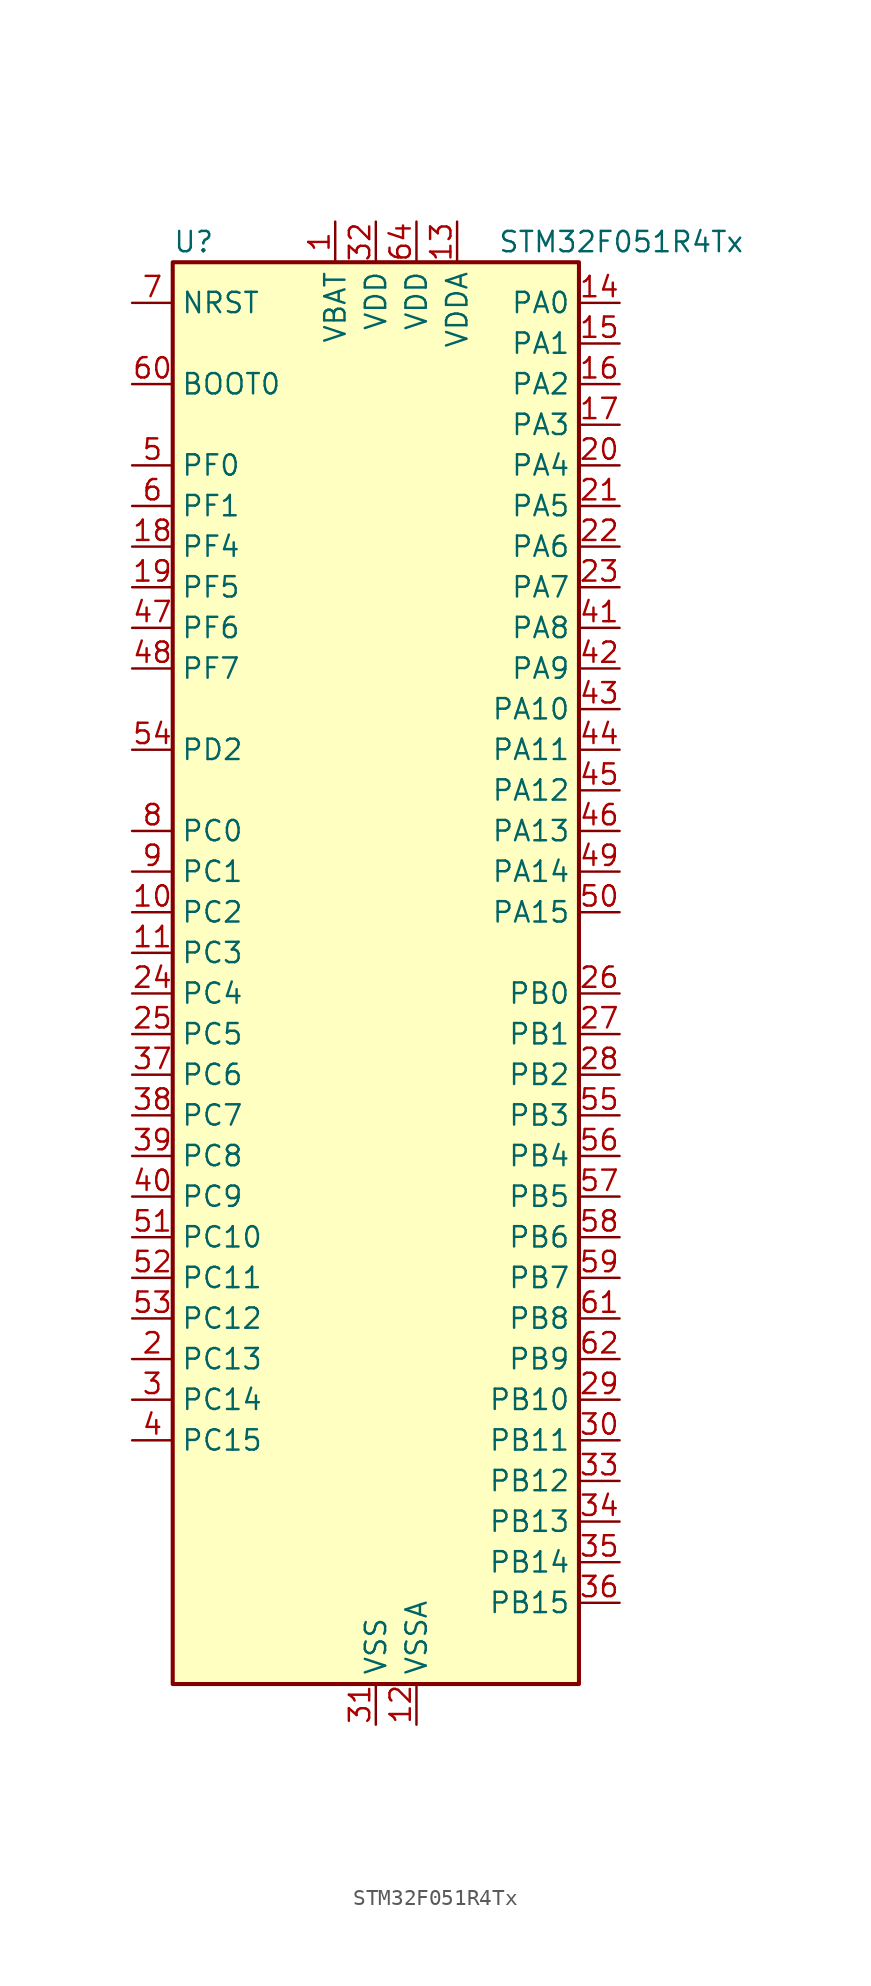
<source format=kicad_sym>
(kicad_symbol_lib
  (version 20231120)
  (generator "kicad_symbol_editor")
  (generator_version "8.0")
  (symbol "STM32F051R4Tx"
    (property "Reference" "U"
      (at -12.7 46.99 0)
      (effects (font (size 1.27 1.27)) (justify left)))
    (property "Value" "STM32F051R4Tx"
      (at 7.62 46.99 0)
      (effects (font (size 1.27 1.27)) (justify left)))
    (property "ki_locked" ""
      (at 0 0 0)
      (effects (font (size 1.27 1.27))))
    (symbol "STM32F051R4Tx_0_1"
      (rectangle (start -12.7 -43.18) (end 12.7 45.72) (stroke (width 0.254) (type default)) (fill (type background))))
    (symbol "STM32F051R4Tx_1_1"
      (pin power_in line (at -2.54 48.26 270) (length 2.54) (name "VBAT" (effects (font (size 1.27 1.27)))) (number "1" (effects (font (size 1.27 1.27)))))
      (pin bidirectional line (at -15.24 5.08 0) (length 2.54) (name "PC2" (effects (font (size 1.27 1.27)))) (number "10" (effects (font (size 1.27 1.27)))) (alternate "ADC_IN12" bidirectional line))
      (pin bidirectional line (at -15.24 2.54 0) (length 2.54) (name "PC3" (effects (font (size 1.27 1.27)))) (number "11" (effects (font (size 1.27 1.27)))) (alternate "ADC_IN13" bidirectional line))
      (pin power_in line (at 2.54 -45.72 90) (length 2.54) (name "VSSA" (effects (font (size 1.27 1.27)))) (number "12" (effects (font (size 1.27 1.27)))))
      (pin power_in line (at 5.08 48.26 270) (length 2.54) (name "VDDA" (effects (font (size 1.27 1.27)))) (number "13" (effects (font (size 1.27 1.27)))))
      (pin bidirectional line (at 15.24 43.18 180) (length 2.54) (name "PA0" (effects (font (size 1.27 1.27)))) (number "14" (effects (font (size 1.27 1.27)))) (alternate "ADC_IN0" bidirectional line) (alternate "COMP1_INM" bidirectional line) (alternate "COMP1_OUT" bidirectional line) (alternate "RTC_TAMP2" bidirectional line) (alternate "SYS_WKUP1" bidirectional line) (alternate "TIM2_CH1" bidirectional line) (alternate "TIM2_ETR" bidirectional line) (alternate "TSC_G1_IO1" bidirectional line))
      (pin bidirectional line (at 15.24 40.64 180) (length 2.54) (name "PA1" (effects (font (size 1.27 1.27)))) (number "15" (effects (font (size 1.27 1.27)))) (alternate "ADC_IN1" bidirectional line) (alternate "COMP1_INP" bidirectional line) (alternate "TIM2_CH2" bidirectional line) (alternate "TSC_G1_IO2" bidirectional line))
      (pin bidirectional line (at 15.24 38.1 180) (length 2.54) (name "PA2" (effects (font (size 1.27 1.27)))) (number "16" (effects (font (size 1.27 1.27)))) (alternate "ADC_IN2" bidirectional line) (alternate "COMP2_INM" bidirectional line) (alternate "COMP2_OUT" bidirectional line) (alternate "TIM15_CH1" bidirectional line) (alternate "TIM2_CH3" bidirectional line) (alternate "TSC_G1_IO3" bidirectional line))
      (pin bidirectional line (at 15.24 35.56 180) (length 2.54) (name "PA3" (effects (font (size 1.27 1.27)))) (number "17" (effects (font (size 1.27 1.27)))) (alternate "ADC_IN3" bidirectional line) (alternate "COMP2_INP" bidirectional line) (alternate "TIM15_CH2" bidirectional line) (alternate "TIM2_CH4" bidirectional line) (alternate "TSC_G1_IO4" bidirectional line))
      (pin bidirectional line (at -15.24 27.94 0) (length 2.54) (name "PF4" (effects (font (size 1.27 1.27)))) (number "18" (effects (font (size 1.27 1.27)))))
      (pin bidirectional line (at -15.24 25.4 0) (length 2.54) (name "PF5" (effects (font (size 1.27 1.27)))) (number "19" (effects (font (size 1.27 1.27)))))
      (pin bidirectional line (at -15.24 -22.86 0) (length 2.54) (name "PC13" (effects (font (size 1.27 1.27)))) (number "2" (effects (font (size 1.27 1.27)))) (alternate "RTC_OUT_ALARM" bidirectional line) (alternate "RTC_OUT_CALIB" bidirectional line) (alternate "RTC_TAMP1" bidirectional line) (alternate "RTC_TS" bidirectional line) (alternate "SYS_WKUP2" bidirectional line))
      (pin bidirectional line (at 15.24 33.02 180) (length 2.54) (name "PA4" (effects (font (size 1.27 1.27)))) (number "20" (effects (font (size 1.27 1.27)))) (alternate "ADC_IN4" bidirectional line) (alternate "COMP1_INM" bidirectional line) (alternate "COMP2_INM" bidirectional line) (alternate "DAC1_OUT1" bidirectional line) (alternate "I2S1_WS" bidirectional line) (alternate "SPI1_NSS" bidirectional line) (alternate "TIM14_CH1" bidirectional line) (alternate "TSC_G2_IO1" bidirectional line))
      (pin bidirectional line (at 15.24 30.48 180) (length 2.54) (name "PA5" (effects (font (size 1.27 1.27)))) (number "21" (effects (font (size 1.27 1.27)))) (alternate "ADC_IN5" bidirectional line) (alternate "CEC" bidirectional line) (alternate "COMP1_INM" bidirectional line) (alternate "COMP2_INM" bidirectional line) (alternate "I2S1_CK" bidirectional line) (alternate "SPI1_SCK" bidirectional line) (alternate "TIM2_CH1" bidirectional line) (alternate "TIM2_ETR" bidirectional line) (alternate "TSC_G2_IO2" bidirectional line))
      (pin bidirectional line (at 15.24 27.94 180) (length 2.54) (name "PA6" (effects (font (size 1.27 1.27)))) (number "22" (effects (font (size 1.27 1.27)))) (alternate "ADC_IN6" bidirectional line) (alternate "COMP1_OUT" bidirectional line) (alternate "I2S1_MCK" bidirectional line) (alternate "SPI1_MISO" bidirectional line) (alternate "TIM16_CH1" bidirectional line) (alternate "TIM1_BKIN" bidirectional line) (alternate "TIM3_CH1" bidirectional line) (alternate "TSC_G2_IO3" bidirectional line))
      (pin bidirectional line (at 15.24 25.4 180) (length 2.54) (name "PA7" (effects (font (size 1.27 1.27)))) (number "23" (effects (font (size 1.27 1.27)))) (alternate "ADC_IN7" bidirectional line) (alternate "COMP2_OUT" bidirectional line) (alternate "I2S1_SD" bidirectional line) (alternate "SPI1_MOSI" bidirectional line) (alternate "TIM14_CH1" bidirectional line) (alternate "TIM17_CH1" bidirectional line) (alternate "TIM1_CH1N" bidirectional line) (alternate "TIM3_CH2" bidirectional line) (alternate "TSC_G2_IO4" bidirectional line))
      (pin bidirectional line (at -15.24 0 0) (length 2.54) (name "PC4" (effects (font (size 1.27 1.27)))) (number "24" (effects (font (size 1.27 1.27)))) (alternate "ADC_IN14" bidirectional line))
      (pin bidirectional line (at -15.24 -2.54 0) (length 2.54) (name "PC5" (effects (font (size 1.27 1.27)))) (number "25" (effects (font (size 1.27 1.27)))) (alternate "ADC_IN15" bidirectional line) (alternate "TSC_G3_IO1" bidirectional line))
      (pin bidirectional line (at 15.24 0 180) (length 2.54) (name "PB0" (effects (font (size 1.27 1.27)))) (number "26" (effects (font (size 1.27 1.27)))) (alternate "ADC_IN8" bidirectional line) (alternate "TIM1_CH2N" bidirectional line) (alternate "TIM3_CH3" bidirectional line) (alternate "TSC_G3_IO2" bidirectional line))
      (pin bidirectional line (at 15.24 -2.54 180) (length 2.54) (name "PB1" (effects (font (size 1.27 1.27)))) (number "27" (effects (font (size 1.27 1.27)))) (alternate "ADC_IN9" bidirectional line) (alternate "TIM14_CH1" bidirectional line) (alternate "TIM1_CH3N" bidirectional line) (alternate "TIM3_CH4" bidirectional line) (alternate "TSC_G3_IO3" bidirectional line))
      (pin bidirectional line (at 15.24 -5.08 180) (length 2.54) (name "PB2" (effects (font (size 1.27 1.27)))) (number "28" (effects (font (size 1.27 1.27)))) (alternate "TSC_G3_IO4" bidirectional line))
      (pin bidirectional line (at 15.24 -25.4 180) (length 2.54) (name "PB10" (effects (font (size 1.27 1.27)))) (number "29" (effects (font (size 1.27 1.27)))) (alternate "CEC" bidirectional line) (alternate "TIM2_CH3" bidirectional line) (alternate "TSC_SYNC" bidirectional line))
      (pin bidirectional line (at -15.24 -25.4 0) (length 2.54) (name "PC14" (effects (font (size 1.27 1.27)))) (number "3" (effects (font (size 1.27 1.27)))) (alternate "RCC_OSC32_IN" bidirectional line))
      (pin bidirectional line (at 15.24 -27.94 180) (length 2.54) (name "PB11" (effects (font (size 1.27 1.27)))) (number "30" (effects (font (size 1.27 1.27)))) (alternate "TIM2_CH4" bidirectional line) (alternate "TSC_G6_IO1" bidirectional line))
      (pin power_in line (at 0 -45.72 90) (length 2.54) (name "VSS" (effects (font (size 1.27 1.27)))) (number "31" (effects (font (size 1.27 1.27)))))
      (pin power_in line (at 0 48.26 270) (length 2.54) (name "VDD" (effects (font (size 1.27 1.27)))) (number "32" (effects (font (size 1.27 1.27)))))
      (pin bidirectional line (at 15.24 -30.48 180) (length 2.54) (name "PB12" (effects (font (size 1.27 1.27)))) (number "33" (effects (font (size 1.27 1.27)))) (alternate "SPI2_NSS" bidirectional line) (alternate "TIM1_BKIN" bidirectional line) (alternate "TSC_G6_IO2" bidirectional line))
      (pin bidirectional line (at 15.24 -33.02 180) (length 2.54) (name "PB13" (effects (font (size 1.27 1.27)))) (number "34" (effects (font (size 1.27 1.27)))) (alternate "SPI2_SCK" bidirectional line) (alternate "TIM1_CH1N" bidirectional line) (alternate "TSC_G6_IO3" bidirectional line))
      (pin bidirectional line (at 15.24 -35.56 180) (length 2.54) (name "PB14" (effects (font (size 1.27 1.27)))) (number "35" (effects (font (size 1.27 1.27)))) (alternate "SPI2_MISO" bidirectional line) (alternate "TIM15_CH1" bidirectional line) (alternate "TIM1_CH2N" bidirectional line) (alternate "TSC_G6_IO4" bidirectional line))
      (pin bidirectional line (at 15.24 -38.1 180) (length 2.54) (name "PB15" (effects (font (size 1.27 1.27)))) (number "36" (effects (font (size 1.27 1.27)))) (alternate "RTC_REFIN" bidirectional line) (alternate "SPI2_MOSI" bidirectional line) (alternate "TIM15_CH1N" bidirectional line) (alternate "TIM15_CH2" bidirectional line) (alternate "TIM1_CH3N" bidirectional line))
      (pin bidirectional line (at -15.24 -5.08 0) (length 2.54) (name "PC6" (effects (font (size 1.27 1.27)))) (number "37" (effects (font (size 1.27 1.27)))) (alternate "TIM3_CH1" bidirectional line))
      (pin bidirectional line (at -15.24 -7.62 0) (length 2.54) (name "PC7" (effects (font (size 1.27 1.27)))) (number "38" (effects (font (size 1.27 1.27)))) (alternate "TIM3_CH2" bidirectional line))
      (pin bidirectional line (at -15.24 -10.16 0) (length 2.54) (name "PC8" (effects (font (size 1.27 1.27)))) (number "39" (effects (font (size 1.27 1.27)))) (alternate "TIM3_CH3" bidirectional line))
      (pin bidirectional line (at -15.24 -27.94 0) (length 2.54) (name "PC15" (effects (font (size 1.27 1.27)))) (number "4" (effects (font (size 1.27 1.27)))) (alternate "RCC_OSC32_OUT" bidirectional line))
      (pin bidirectional line (at -15.24 -12.7 0) (length 2.54) (name "PC9" (effects (font (size 1.27 1.27)))) (number "40" (effects (font (size 1.27 1.27)))) (alternate "DAC1_EXTI9" bidirectional line) (alternate "TIM3_CH4" bidirectional line))
      (pin bidirectional line (at 15.24 22.86 180) (length 2.54) (name "PA8" (effects (font (size 1.27 1.27)))) (number "41" (effects (font (size 1.27 1.27)))) (alternate "RCC_MCO" bidirectional line) (alternate "TIM1_CH1" bidirectional line) (alternate "USART1_CK" bidirectional line))
      (pin bidirectional line (at 15.24 20.32 180) (length 2.54) (name "PA9" (effects (font (size 1.27 1.27)))) (number "42" (effects (font (size 1.27 1.27)))) (alternate "DAC1_EXTI9" bidirectional line) (alternate "TIM15_BKIN" bidirectional line) (alternate "TIM1_CH2" bidirectional line) (alternate "TSC_G4_IO1" bidirectional line) (alternate "USART1_TX" bidirectional line))
      (pin bidirectional line (at 15.24 17.78 180) (length 2.54) (name "PA10" (effects (font (size 1.27 1.27)))) (number "43" (effects (font (size 1.27 1.27)))) (alternate "TIM17_BKIN" bidirectional line) (alternate "TIM1_CH3" bidirectional line) (alternate "TSC_G4_IO2" bidirectional line) (alternate "USART1_RX" bidirectional line))
      (pin bidirectional line (at 15.24 15.24 180) (length 2.54) (name "PA11" (effects (font (size 1.27 1.27)))) (number "44" (effects (font (size 1.27 1.27)))) (alternate "COMP1_OUT" bidirectional line) (alternate "TIM1_CH4" bidirectional line) (alternate "TSC_G4_IO3" bidirectional line) (alternate "USART1_CTS" bidirectional line))
      (pin bidirectional line (at 15.24 12.7 180) (length 2.54) (name "PA12" (effects (font (size 1.27 1.27)))) (number "45" (effects (font (size 1.27 1.27)))) (alternate "COMP2_OUT" bidirectional line) (alternate "TIM1_ETR" bidirectional line) (alternate "TSC_G4_IO4" bidirectional line) (alternate "USART1_DE" bidirectional line) (alternate "USART1_RTS" bidirectional line))
      (pin bidirectional line (at 15.24 10.16 180) (length 2.54) (name "PA13" (effects (font (size 1.27 1.27)))) (number "46" (effects (font (size 1.27 1.27)))) (alternate "IR_OUT" bidirectional line) (alternate "SYS_SWDIO" bidirectional line))
      (pin bidirectional line (at -15.24 22.86 0) (length 2.54) (name "PF6" (effects (font (size 1.27 1.27)))) (number "47" (effects (font (size 1.27 1.27)))))
      (pin bidirectional line (at -15.24 20.32 0) (length 2.54) (name "PF7" (effects (font (size 1.27 1.27)))) (number "48" (effects (font (size 1.27 1.27)))))
      (pin bidirectional line (at 15.24 7.62 180) (length 2.54) (name "PA14" (effects (font (size 1.27 1.27)))) (number "49" (effects (font (size 1.27 1.27)))) (alternate "SYS_SWCLK" bidirectional line))
      (pin bidirectional line (at -15.24 33.02 0) (length 2.54) (name "PF0" (effects (font (size 1.27 1.27)))) (number "5" (effects (font (size 1.27 1.27)))) (alternate "RCC_OSC_IN" bidirectional line))
      (pin bidirectional line (at 15.24 5.08 180) (length 2.54) (name "PA15" (effects (font (size 1.27 1.27)))) (number "50" (effects (font (size 1.27 1.27)))) (alternate "I2S1_WS" bidirectional line) (alternate "SPI1_NSS" bidirectional line) (alternate "TIM2_CH1" bidirectional line) (alternate "TIM2_ETR" bidirectional line))
      (pin bidirectional line (at -15.24 -15.24 0) (length 2.54) (name "PC10" (effects (font (size 1.27 1.27)))) (number "51" (effects (font (size 1.27 1.27)))))
      (pin bidirectional line (at -15.24 -17.78 0) (length 2.54) (name "PC11" (effects (font (size 1.27 1.27)))) (number "52" (effects (font (size 1.27 1.27)))))
      (pin bidirectional line (at -15.24 -20.32 0) (length 2.54) (name "PC12" (effects (font (size 1.27 1.27)))) (number "53" (effects (font (size 1.27 1.27)))))
      (pin bidirectional line (at -15.24 15.24 0) (length 2.54) (name "PD2" (effects (font (size 1.27 1.27)))) (number "54" (effects (font (size 1.27 1.27)))) (alternate "TIM3_ETR" bidirectional line))
      (pin bidirectional line (at 15.24 -7.62 180) (length 2.54) (name "PB3" (effects (font (size 1.27 1.27)))) (number "55" (effects (font (size 1.27 1.27)))) (alternate "I2S1_CK" bidirectional line) (alternate "SPI1_SCK" bidirectional line) (alternate "TIM2_CH2" bidirectional line) (alternate "TSC_G5_IO1" bidirectional line))
      (pin bidirectional line (at 15.24 -10.16 180) (length 2.54) (name "PB4" (effects (font (size 1.27 1.27)))) (number "56" (effects (font (size 1.27 1.27)))) (alternate "I2S1_MCK" bidirectional line) (alternate "SPI1_MISO" bidirectional line) (alternate "TIM3_CH1" bidirectional line) (alternate "TSC_G5_IO2" bidirectional line))
      (pin bidirectional line (at 15.24 -12.7 180) (length 2.54) (name "PB5" (effects (font (size 1.27 1.27)))) (number "57" (effects (font (size 1.27 1.27)))) (alternate "I2C1_SMBA" bidirectional line) (alternate "I2S1_SD" bidirectional line) (alternate "SPI1_MOSI" bidirectional line) (alternate "TIM16_BKIN" bidirectional line) (alternate "TIM3_CH2" bidirectional line))
      (pin bidirectional line (at 15.24 -15.24 180) (length 2.54) (name "PB6" (effects (font (size 1.27 1.27)))) (number "58" (effects (font (size 1.27 1.27)))) (alternate "I2C1_SCL" bidirectional line) (alternate "TIM16_CH1N" bidirectional line) (alternate "TSC_G5_IO3" bidirectional line) (alternate "USART1_TX" bidirectional line))
      (pin bidirectional line (at 15.24 -17.78 180) (length 2.54) (name "PB7" (effects (font (size 1.27 1.27)))) (number "59" (effects (font (size 1.27 1.27)))) (alternate "I2C1_SDA" bidirectional line) (alternate "TIM17_CH1N" bidirectional line) (alternate "TSC_G5_IO4" bidirectional line) (alternate "USART1_RX" bidirectional line))
      (pin bidirectional line (at -15.24 30.48 0) (length 2.54) (name "PF1" (effects (font (size 1.27 1.27)))) (number "6" (effects (font (size 1.27 1.27)))) (alternate "RCC_OSC_OUT" bidirectional line))
      (pin input line (at -15.24 38.1 0) (length 2.54) (name "BOOT0" (effects (font (size 1.27 1.27)))) (number "60" (effects (font (size 1.27 1.27)))))
      (pin bidirectional line (at 15.24 -20.32 180) (length 2.54) (name "PB8" (effects (font (size 1.27 1.27)))) (number "61" (effects (font (size 1.27 1.27)))) (alternate "CEC" bidirectional line) (alternate "I2C1_SCL" bidirectional line) (alternate "TIM16_CH1" bidirectional line) (alternate "TSC_SYNC" bidirectional line))
      (pin bidirectional line (at 15.24 -22.86 180) (length 2.54) (name "PB9" (effects (font (size 1.27 1.27)))) (number "62" (effects (font (size 1.27 1.27)))) (alternate "DAC1_EXTI9" bidirectional line) (alternate "I2C1_SDA" bidirectional line) (alternate "IR_OUT" bidirectional line) (alternate "TIM17_CH1" bidirectional line))
      (pin passive line (at 0 -45.72 90) (length 2.54) hide (name "VSS" (effects (font (size 1.27 1.27)))) (number "63" (effects (font (size 1.27 1.27)))))
      (pin power_in line (at 2.54 48.26 270) (length 2.54) (name "VDD" (effects (font (size 1.27 1.27)))) (number "64" (effects (font (size 1.27 1.27)))))
      (pin input line (at -15.24 43.18 0) (length 2.54) (name "NRST" (effects (font (size 1.27 1.27)))) (number "7" (effects (font (size 1.27 1.27)))))
      (pin bidirectional line (at -15.24 10.16 0) (length 2.54) (name "PC0" (effects (font (size 1.27 1.27)))) (number "8" (effects (font (size 1.27 1.27)))) (alternate "ADC_IN10" bidirectional line))
      (pin bidirectional line (at -15.24 7.62 0) (length 2.54) (name "PC1" (effects (font (size 1.27 1.27)))) (number "9" (effects (font (size 1.27 1.27)))) (alternate "ADC_IN11" bidirectional line)))))
</source>
